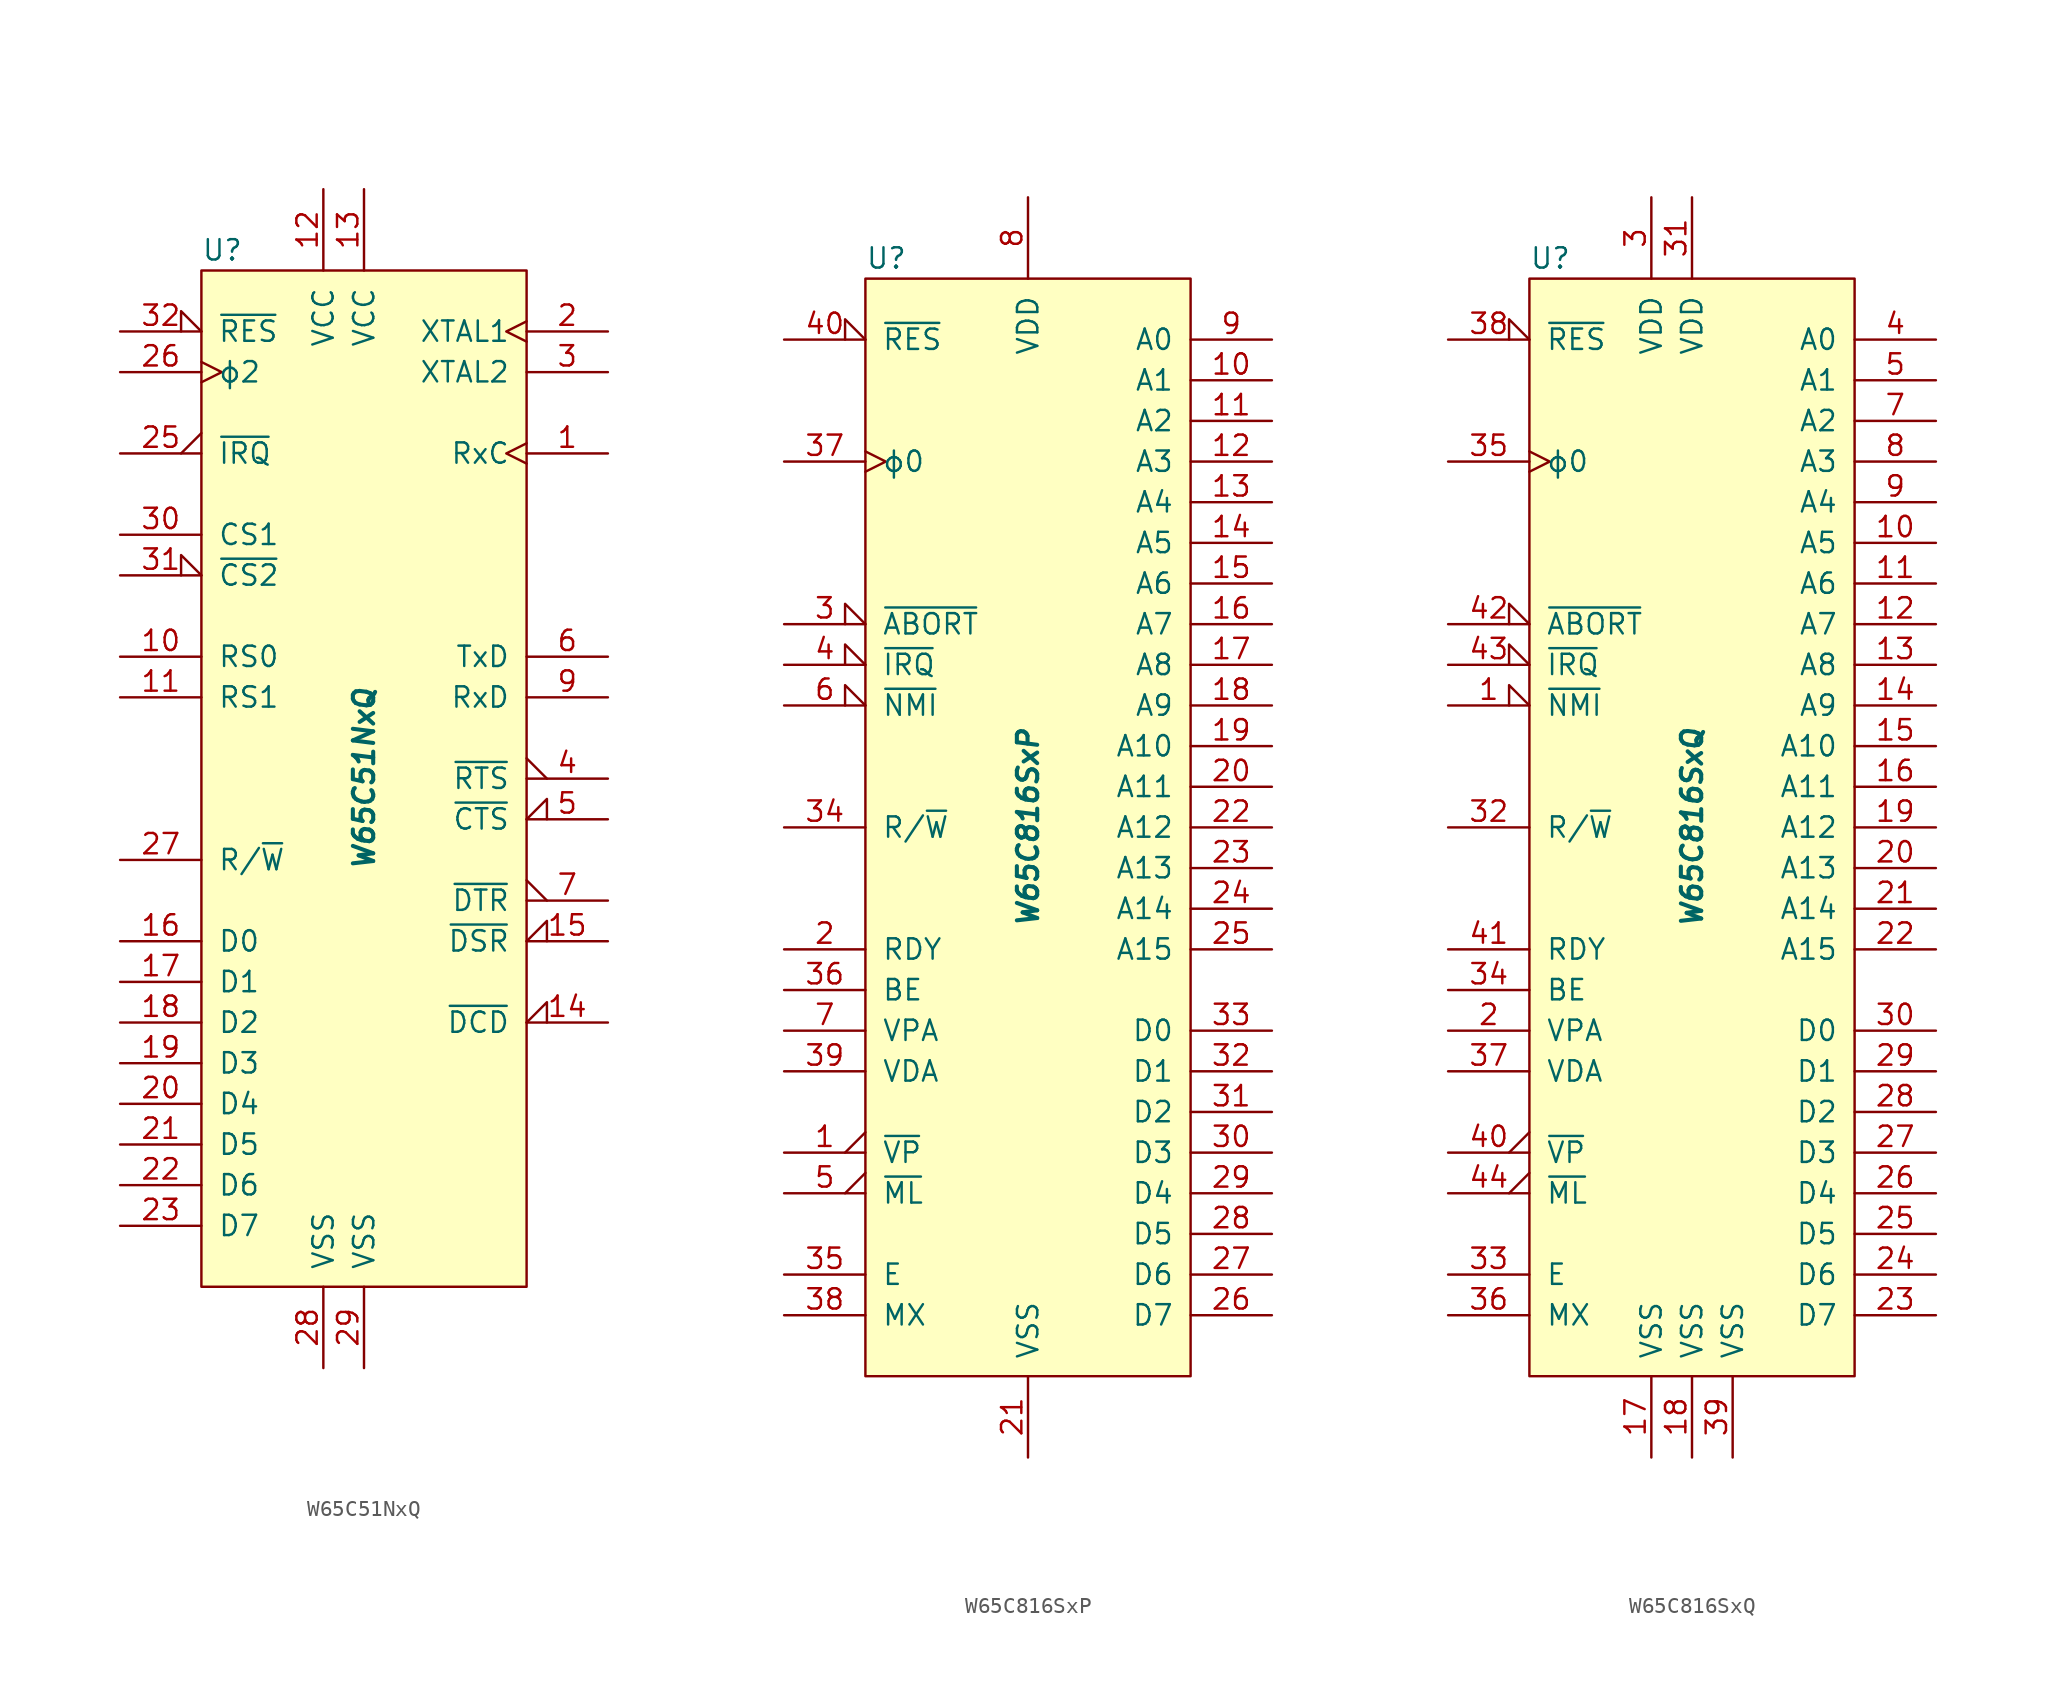
<source format=kicad_sym>
(kicad_symbol_lib
  (version 20241209)
  (generator "kicad_symbol_editor")
  (generator_version "9.0")
  (symbol "W65C51NxQ"
    (pin_names
      (offset 1.016))
    (property "Reference" "U"
      (at -10.16 33.02 0)
      (effects (font (size 1.27 1.27)) (justify left)))
    (property "Value" "W65C51NxQ"
      (at 0 0 90)
      (effects (font (size 1.27 1.27) (bold yes) (italic yes))))
    (symbol "W65C51NxQ_0_1"
      (rectangle (start -10.16 31.75) (end 10.16 -31.75) (stroke (width 0) (type solid)) (fill (type background))))
    (symbol "W65C51NxQ_1_1"
      (pin input input_low (at -15.24 27.94 0) (length 5.08) (name "~{RES}" (effects (font (size 1.27 1.27)))) (number "32" (effects (font (size 1.27 1.27)))))
      (pin input clock (at -15.24 25.4 0) (length 5.08) (name "ϕ2" (effects (font (size 1.27 1.27)))) (number "26" (effects (font (size 1.27 1.27)))))
      (pin open_collector output_low (at -15.24 20.32 0) (length 5.08) (name "~{IRQ}" (effects (font (size 1.27 1.27)))) (number "25" (effects (font (size 1.27 1.27)))))
      (pin input line (at -15.24 15.24 0) (length 5.08) (name "CS1" (effects (font (size 1.27 1.27)))) (number "30" (effects (font (size 1.27 1.27)))))
      (pin input input_low (at -15.24 12.7 0) (length 5.08) (name "~{CS2}" (effects (font (size 1.27 1.27)))) (number "31" (effects (font (size 1.27 1.27)))))
      (pin input line (at -15.24 7.62 0) (length 5.08) (name "RS0" (effects (font (size 1.27 1.27)))) (number "10" (effects (font (size 1.27 1.27)))))
      (pin input line (at -15.24 5.08 0) (length 5.08) (name "RS1" (effects (font (size 1.27 1.27)))) (number "11" (effects (font (size 1.27 1.27)))))
      (pin input line (at -15.24 -5.08 0) (length 5.08) (name "R/~{W}" (effects (font (size 1.27 1.27)))) (number "27" (effects (font (size 1.27 1.27)))))
      (pin bidirectional line (at -15.24 -10.16 0) (length 5.08) (name "D0" (effects (font (size 1.27 1.27)))) (number "16" (effects (font (size 1.27 1.27)))))
      (pin bidirectional line (at -15.24 -12.7 0) (length 5.08) (name "D1" (effects (font (size 1.27 1.27)))) (number "17" (effects (font (size 1.27 1.27)))))
      (pin bidirectional line (at -15.24 -15.24 0) (length 5.08) (name "D2" (effects (font (size 1.27 1.27)))) (number "18" (effects (font (size 1.27 1.27)))))
      (pin bidirectional line (at -15.24 -17.78 0) (length 5.08) (name "D3" (effects (font (size 1.27 1.27)))) (number "19" (effects (font (size 1.27 1.27)))))
      (pin bidirectional line (at -15.24 -20.32 0) (length 5.08) (name "D4" (effects (font (size 1.27 1.27)))) (number "20" (effects (font (size 1.27 1.27)))))
      (pin bidirectional line (at -15.24 -22.86 0) (length 5.08) (name "D5" (effects (font (size 1.27 1.27)))) (number "21" (effects (font (size 1.27 1.27)))))
      (pin bidirectional line (at -15.24 -25.4 0) (length 5.08) (name "D6" (effects (font (size 1.27 1.27)))) (number "22" (effects (font (size 1.27 1.27)))))
      (pin bidirectional line (at -15.24 -27.94 0) (length 5.08) (name "D7" (effects (font (size 1.27 1.27)))) (number "23" (effects (font (size 1.27 1.27)))))
      (pin power_in line (at -2.54 36.83 270) (length 5.08) (name "VCC" (effects (font (size 1.27 1.27)))) (number "12" (effects (font (size 1.27 1.27)))))
      (pin power_in line (at -2.54 -36.83 90) (length 5.08) (name "VSS" (effects (font (size 1.27 1.27)))) (number "28" (effects (font (size 1.27 1.27)))))
      (pin power_in line (at 0 36.83 270) (length 5.08) (name "VCC" (effects (font (size 1.27 1.27)))) (number "13" (effects (font (size 1.27 1.27)))))
      (pin power_in line (at 0 -36.83 90) (length 5.08) (name "VSS" (effects (font (size 1.27 1.27)))) (number "29" (effects (font (size 1.27 1.27)))))
      (pin no_connect non_logic (at 10.16 -25.4 180) (length 2.565) (hide yes) (name "nc" (effects (font (size 1.27 1.27)))) (number "8" (effects (font (size 1.27 1.27)))))
      (pin no_connect non_logic (at 10.16 -27.94 180) (length 2.565) (hide yes) (name "nc" (effects (font (size 1.27 1.27)))) (number "24" (effects (font (size 1.27 1.27)))))
      (pin input clock (at 15.24 27.94 180) (length 5.08) (name "XTAL1" (effects (font (size 1.27 1.27)))) (number "2" (effects (font (size 1.27 1.27)))))
      (pin output line (at 15.24 25.4 180) (length 5.08) (name "XTAL2" (effects (font (size 1.27 1.27)))) (number "3" (effects (font (size 1.27 1.27)))))
      (pin bidirectional clock (at 15.24 20.32 180) (length 5.08) (name "RxC" (effects (font (size 1.27 1.27)))) (number "1" (effects (font (size 1.27 1.27)))))
      (pin output line (at 15.24 7.62 180) (length 5.08) (name "TxD" (effects (font (size 1.27 1.27)))) (number "6" (effects (font (size 1.27 1.27)))))
      (pin input line (at 15.24 5.08 180) (length 5.08) (name "RxD" (effects (font (size 1.27 1.27)))) (number "9" (effects (font (size 1.27 1.27)))))
      (pin output output_low (at 15.24 0 180) (length 5.08) (name "~{RTS}" (effects (font (size 1.27 1.27)))) (number "4" (effects (font (size 1.27 1.27)))))
      (pin input input_low (at 15.24 -2.54 180) (length 5.08) (name "~{CTS}" (effects (font (size 1.27 1.27)))) (number "5" (effects (font (size 1.27 1.27)))))
      (pin output output_low (at 15.24 -7.62 180) (length 5.08) (name "~{DTR}" (effects (font (size 1.27 1.27)))) (number "7" (effects (font (size 1.27 1.27)))))
      (pin input input_low (at 15.24 -10.16 180) (length 5.08) (name "~{DSR}" (effects (font (size 1.27 1.27)))) (number "15" (effects (font (size 1.27 1.27)))))
      (pin input input_low (at 15.24 -15.24 180) (length 5.08) (name "~{DCD}" (effects (font (size 1.27 1.27)))) (number "14" (effects (font (size 1.27 1.27)))))))
  (symbol "W65C816SxP"
    (pin_names
      (offset 1.016))
    (property "Reference" "U"
      (at -10.16 35.56 0)
      (effects (font (size 1.27 1.27)) (justify left)))
    (property "Value" "W65C816SxP"
      (at 0 0 90)
      (effects (font (size 1.27 1.27) (bold yes) (italic yes))))
    (symbol "W65C816SxP_0_1"
      (rectangle (start -10.16 34.29) (end 10.16 -34.29) (stroke (width 0) (type solid)) (fill (type background))))
    (symbol "W65C816SxP_1_1"
      (pin input input_low (at -15.24 30.48 0) (length 5.08) (name "~{RES}" (effects (font (size 1.27 1.27)))) (number "40" (effects (font (size 1.27 1.27)))))
      (pin input clock (at -15.24 22.86 0) (length 5.08) (name "ϕ0" (effects (font (size 1.27 1.27)))) (number "37" (effects (font (size 1.27 1.27)))))
      (pin input input_low (at -15.24 12.7 0) (length 5.08) (name "~{ABORT}" (effects (font (size 1.27 1.27)))) (number "3" (effects (font (size 1.27 1.27)))))
      (pin input input_low (at -15.24 10.16 0) (length 5.08) (name "~{IRQ}" (effects (font (size 1.27 1.27)))) (number "4" (effects (font (size 1.27 1.27)))))
      (pin input input_low (at -15.24 7.62 0) (length 5.08) (name "~{NMI}" (effects (font (size 1.27 1.27)))) (number "6" (effects (font (size 1.27 1.27)))))
      (pin tri_state line (at -15.24 0 0) (length 5.08) (name "R/~{W}" (effects (font (size 1.27 1.27)))) (number "34" (effects (font (size 1.27 1.27)))))
      (pin open_collector line (at -15.24 -7.62 0) (length 5.08) (name "RDY" (effects (font (size 1.27 1.27)))) (number "2" (effects (font (size 1.27 1.27)))))
      (pin input line (at -15.24 -10.16 0) (length 5.08) (name "BE" (effects (font (size 1.27 1.27)))) (number "36" (effects (font (size 1.27 1.27)))))
      (pin output line (at -15.24 -12.7 0) (length 5.08) (name "VPA" (effects (font (size 1.27 1.27)))) (number "7" (effects (font (size 1.27 1.27)))))
      (pin output line (at -15.24 -15.24 0) (length 5.08) (name "VDA" (effects (font (size 1.27 1.27)))) (number "39" (effects (font (size 1.27 1.27)))))
      (pin output output_low (at -15.24 -20.32 0) (length 5.08) (name "~{VP}" (effects (font (size 1.27 1.27)))) (number "1" (effects (font (size 1.27 1.27)))))
      (pin output output_low (at -15.24 -22.86 0) (length 5.08) (name "~{ML}" (effects (font (size 1.27 1.27)))) (number "5" (effects (font (size 1.27 1.27)))))
      (pin output line (at -15.24 -27.94 0) (length 5.08) (name "E" (effects (font (size 1.27 1.27)))) (number "35" (effects (font (size 1.27 1.27)))))
      (pin output line (at -15.24 -30.48 0) (length 5.08) (name "MX" (effects (font (size 1.27 1.27)))) (number "38" (effects (font (size 1.27 1.27)))))
      (pin power_in line (at 0 39.37 270) (length 5.08) (name "VDD" (effects (font (size 1.27 1.27)))) (number "8" (effects (font (size 1.27 1.27)))))
      (pin power_in line (at 0 -39.37 90) (length 5.08) (name "VSS" (effects (font (size 1.27 1.27)))) (number "21" (effects (font (size 1.27 1.27)))))
      (pin tri_state line (at 15.24 30.48 180) (length 5.08) (name "A0" (effects (font (size 1.27 1.27)))) (number "9" (effects (font (size 1.27 1.27)))))
      (pin tri_state line (at 15.24 27.94 180) (length 5.08) (name "A1" (effects (font (size 1.27 1.27)))) (number "10" (effects (font (size 1.27 1.27)))))
      (pin tri_state line (at 15.24 25.4 180) (length 5.08) (name "A2" (effects (font (size 1.27 1.27)))) (number "11" (effects (font (size 1.27 1.27)))))
      (pin tri_state line (at 15.24 22.86 180) (length 5.08) (name "A3" (effects (font (size 1.27 1.27)))) (number "12" (effects (font (size 1.27 1.27)))))
      (pin tri_state line (at 15.24 20.32 180) (length 5.08) (name "A4" (effects (font (size 1.27 1.27)))) (number "13" (effects (font (size 1.27 1.27)))))
      (pin tri_state line (at 15.24 17.78 180) (length 5.08) (name "A5" (effects (font (size 1.27 1.27)))) (number "14" (effects (font (size 1.27 1.27)))))
      (pin tri_state line (at 15.24 15.24 180) (length 5.08) (name "A6" (effects (font (size 1.27 1.27)))) (number "15" (effects (font (size 1.27 1.27)))))
      (pin tri_state line (at 15.24 12.7 180) (length 5.08) (name "A7" (effects (font (size 1.27 1.27)))) (number "16" (effects (font (size 1.27 1.27)))))
      (pin tri_state line (at 15.24 10.16 180) (length 5.08) (name "A8" (effects (font (size 1.27 1.27)))) (number "17" (effects (font (size 1.27 1.27)))))
      (pin tri_state line (at 15.24 7.62 180) (length 5.08) (name "A9" (effects (font (size 1.27 1.27)))) (number "18" (effects (font (size 1.27 1.27)))))
      (pin tri_state line (at 15.24 5.08 180) (length 5.08) (name "A10" (effects (font (size 1.27 1.27)))) (number "19" (effects (font (size 1.27 1.27)))))
      (pin tri_state line (at 15.24 2.54 180) (length 5.08) (name "A11" (effects (font (size 1.27 1.27)))) (number "20" (effects (font (size 1.27 1.27)))))
      (pin tri_state line (at 15.24 0 180) (length 5.08) (name "A12" (effects (font (size 1.27 1.27)))) (number "22" (effects (font (size 1.27 1.27)))))
      (pin tri_state line (at 15.24 -2.54 180) (length 5.08) (name "A13" (effects (font (size 1.27 1.27)))) (number "23" (effects (font (size 1.27 1.27)))))
      (pin tri_state line (at 15.24 -5.08 180) (length 5.08) (name "A14" (effects (font (size 1.27 1.27)))) (number "24" (effects (font (size 1.27 1.27)))))
      (pin tri_state line (at 15.24 -7.62 180) (length 5.08) (name "A15" (effects (font (size 1.27 1.27)))) (number "25" (effects (font (size 1.27 1.27)))))
      (pin bidirectional line (at 15.24 -12.7 180) (length 5.08) (name "D0" (effects (font (size 1.27 1.27)))) (number "33" (effects (font (size 1.27 1.27)))))
      (pin bidirectional line (at 15.24 -15.24 180) (length 5.08) (name "D1" (effects (font (size 1.27 1.27)))) (number "32" (effects (font (size 1.27 1.27)))))
      (pin bidirectional line (at 15.24 -17.78 180) (length 5.08) (name "D2" (effects (font (size 1.27 1.27)))) (number "31" (effects (font (size 1.27 1.27)))))
      (pin bidirectional line (at 15.24 -20.32 180) (length 5.08) (name "D3" (effects (font (size 1.27 1.27)))) (number "30" (effects (font (size 1.27 1.27)))))
      (pin bidirectional line (at 15.24 -22.86 180) (length 5.08) (name "D4" (effects (font (size 1.27 1.27)))) (number "29" (effects (font (size 1.27 1.27)))))
      (pin bidirectional line (at 15.24 -25.4 180) (length 5.08) (name "D5" (effects (font (size 1.27 1.27)))) (number "28" (effects (font (size 1.27 1.27)))))
      (pin bidirectional line (at 15.24 -27.94 180) (length 5.08) (name "D6" (effects (font (size 1.27 1.27)))) (number "27" (effects (font (size 1.27 1.27)))))
      (pin bidirectional line (at 15.24 -30.48 180) (length 5.08) (name "D7" (effects (font (size 1.27 1.27)))) (number "26" (effects (font (size 1.27 1.27)))))))
  (symbol "W65C816SxQ"
    (pin_names
      (offset 1.016))
    (property "Reference" "U"
      (at -10.16 35.56 0)
      (effects (font (size 1.27 1.27)) (justify left)))
    (property "Value" "W65C816SxQ"
      (at 0 0 90)
      (effects (font (size 1.27 1.27) (bold yes) (italic yes))))
    (symbol "W65C816SxQ_0_1"
      (rectangle (start -10.16 34.29) (end 10.16 -34.29) (stroke (width 0) (type solid)) (fill (type background))))
    (symbol "W65C816SxQ_1_1"
      (pin input input_low (at -15.24 30.48 0) (length 5.08) (name "~{RES}" (effects (font (size 1.27 1.27)))) (number "38" (effects (font (size 1.27 1.27)))))
      (pin input clock (at -15.24 22.86 0) (length 5.08) (name "ϕ0" (effects (font (size 1.27 1.27)))) (number "35" (effects (font (size 1.27 1.27)))))
      (pin input input_low (at -15.24 12.7 0) (length 5.08) (name "~{ABORT}" (effects (font (size 1.27 1.27)))) (number "42" (effects (font (size 1.27 1.27)))))
      (pin input input_low (at -15.24 10.16 0) (length 5.08) (name "~{IRQ}" (effects (font (size 1.27 1.27)))) (number "43" (effects (font (size 1.27 1.27)))))
      (pin input input_low (at -15.24 7.62 0) (length 5.08) (name "~{NMI}" (effects (font (size 1.27 1.27)))) (number "1" (effects (font (size 1.27 1.27)))))
      (pin tri_state line (at -15.24 0 0) (length 5.08) (name "R/~{W}" (effects (font (size 1.27 1.27)))) (number "32" (effects (font (size 1.27 1.27)))))
      (pin open_collector line (at -15.24 -7.62 0) (length 5.08) (name "RDY" (effects (font (size 1.27 1.27)))) (number "41" (effects (font (size 1.27 1.27)))))
      (pin input line (at -15.24 -10.16 0) (length 5.08) (name "BE" (effects (font (size 1.27 1.27)))) (number "34" (effects (font (size 1.27 1.27)))))
      (pin output line (at -15.24 -12.7 0) (length 5.08) (name "VPA" (effects (font (size 1.27 1.27)))) (number "2" (effects (font (size 1.27 1.27)))))
      (pin output line (at -15.24 -15.24 0) (length 5.08) (name "VDA" (effects (font (size 1.27 1.27)))) (number "37" (effects (font (size 1.27 1.27)))))
      (pin output output_low (at -15.24 -20.32 0) (length 5.08) (name "~{VP}" (effects (font (size 1.27 1.27)))) (number "40" (effects (font (size 1.27 1.27)))))
      (pin output output_low (at -15.24 -22.86 0) (length 5.08) (name "~{ML}" (effects (font (size 1.27 1.27)))) (number "44" (effects (font (size 1.27 1.27)))))
      (pin output line (at -15.24 -27.94 0) (length 5.08) (name "E" (effects (font (size 1.27 1.27)))) (number "33" (effects (font (size 1.27 1.27)))))
      (pin output line (at -15.24 -30.48 0) (length 5.08) (name "MX" (effects (font (size 1.27 1.27)))) (number "36" (effects (font (size 1.27 1.27)))))
      (pin no_connect non_logic (at -10.16 -25.4 0) (length 2.54) (hide yes) (name "nc" (effects (font (size 1.27 1.27)))) (number "6" (effects (font (size 1.27 1.27)))))
      (pin power_in line (at -2.54 39.37 270) (length 5.08) (name "VDD" (effects (font (size 1.27 1.27)))) (number "3" (effects (font (size 1.27 1.27)))))
      (pin power_in line (at -2.54 -39.37 90) (length 5.08) (name "VSS" (effects (font (size 1.27 1.27)))) (number "17" (effects (font (size 1.27 1.27)))))
      (pin power_in line (at 0 39.37 270) (length 5.08) (name "VDD" (effects (font (size 1.27 1.27)))) (number "31" (effects (font (size 1.27 1.27)))))
      (pin power_in line (at 0 -39.37 90) (length 5.08) (name "VSS" (effects (font (size 1.27 1.27)))) (number "18" (effects (font (size 1.27 1.27)))))
      (pin power_in line (at 2.54 -39.37 90) (length 5.08) (name "VSS" (effects (font (size 1.27 1.27)))) (number "39" (effects (font (size 1.27 1.27)))))
      (pin tri_state line (at 15.24 30.48 180) (length 5.08) (name "A0" (effects (font (size 1.27 1.27)))) (number "4" (effects (font (size 1.27 1.27)))))
      (pin tri_state line (at 15.24 27.94 180) (length 5.08) (name "A1" (effects (font (size 1.27 1.27)))) (number "5" (effects (font (size 1.27 1.27)))))
      (pin tri_state line (at 15.24 25.4 180) (length 5.08) (name "A2" (effects (font (size 1.27 1.27)))) (number "7" (effects (font (size 1.27 1.27)))))
      (pin tri_state line (at 15.24 22.86 180) (length 5.08) (name "A3" (effects (font (size 1.27 1.27)))) (number "8" (effects (font (size 1.27 1.27)))))
      (pin tri_state line (at 15.24 20.32 180) (length 5.08) (name "A4" (effects (font (size 1.27 1.27)))) (number "9" (effects (font (size 1.27 1.27)))))
      (pin tri_state line (at 15.24 17.78 180) (length 5.08) (name "A5" (effects (font (size 1.27 1.27)))) (number "10" (effects (font (size 1.27 1.27)))))
      (pin tri_state line (at 15.24 15.24 180) (length 5.08) (name "A6" (effects (font (size 1.27 1.27)))) (number "11" (effects (font (size 1.27 1.27)))))
      (pin tri_state line (at 15.24 12.7 180) (length 5.08) (name "A7" (effects (font (size 1.27 1.27)))) (number "12" (effects (font (size 1.27 1.27)))))
      (pin tri_state line (at 15.24 10.16 180) (length 5.08) (name "A8" (effects (font (size 1.27 1.27)))) (number "13" (effects (font (size 1.27 1.27)))))
      (pin tri_state line (at 15.24 7.62 180) (length 5.08) (name "A9" (effects (font (size 1.27 1.27)))) (number "14" (effects (font (size 1.27 1.27)))))
      (pin tri_state line (at 15.24 5.08 180) (length 5.08) (name "A10" (effects (font (size 1.27 1.27)))) (number "15" (effects (font (size 1.27 1.27)))))
      (pin tri_state line (at 15.24 2.54 180) (length 5.08) (name "A11" (effects (font (size 1.27 1.27)))) (number "16" (effects (font (size 1.27 1.27)))))
      (pin tri_state line (at 15.24 0 180) (length 5.08) (name "A12" (effects (font (size 1.27 1.27)))) (number "19" (effects (font (size 1.27 1.27)))))
      (pin tri_state line (at 15.24 -2.54 180) (length 5.08) (name "A13" (effects (font (size 1.27 1.27)))) (number "20" (effects (font (size 1.27 1.27)))))
      (pin tri_state line (at 15.24 -5.08 180) (length 5.08) (name "A14" (effects (font (size 1.27 1.27)))) (number "21" (effects (font (size 1.27 1.27)))))
      (pin tri_state line (at 15.24 -7.62 180) (length 5.08) (name "A15" (effects (font (size 1.27 1.27)))) (number "22" (effects (font (size 1.27 1.27)))))
      (pin bidirectional line (at 15.24 -12.7 180) (length 5.08) (name "D0" (effects (font (size 1.27 1.27)))) (number "30" (effects (font (size 1.27 1.27)))))
      (pin bidirectional line (at 15.24 -15.24 180) (length 5.08) (name "D1" (effects (font (size 1.27 1.27)))) (number "29" (effects (font (size 1.27 1.27)))))
      (pin bidirectional line (at 15.24 -17.78 180) (length 5.08) (name "D2" (effects (font (size 1.27 1.27)))) (number "28" (effects (font (size 1.27 1.27)))))
      (pin bidirectional line (at 15.24 -20.32 180) (length 5.08) (name "D3" (effects (font (size 1.27 1.27)))) (number "27" (effects (font (size 1.27 1.27)))))
      (pin bidirectional line (at 15.24 -22.86 180) (length 5.08) (name "D4" (effects (font (size 1.27 1.27)))) (number "26" (effects (font (size 1.27 1.27)))))
      (pin bidirectional line (at 15.24 -25.4 180) (length 5.08) (name "D5" (effects (font (size 1.27 1.27)))) (number "25" (effects (font (size 1.27 1.27)))))
      (pin bidirectional line (at 15.24 -27.94 180) (length 5.08) (name "D6" (effects (font (size 1.27 1.27)))) (number "24" (effects (font (size 1.27 1.27)))))
      (pin bidirectional line (at 15.24 -30.48 180) (length 5.08) (name "D7" (effects (font (size 1.27 1.27)))) (number "23" (effects (font (size 1.27 1.27))))))))
</source>
